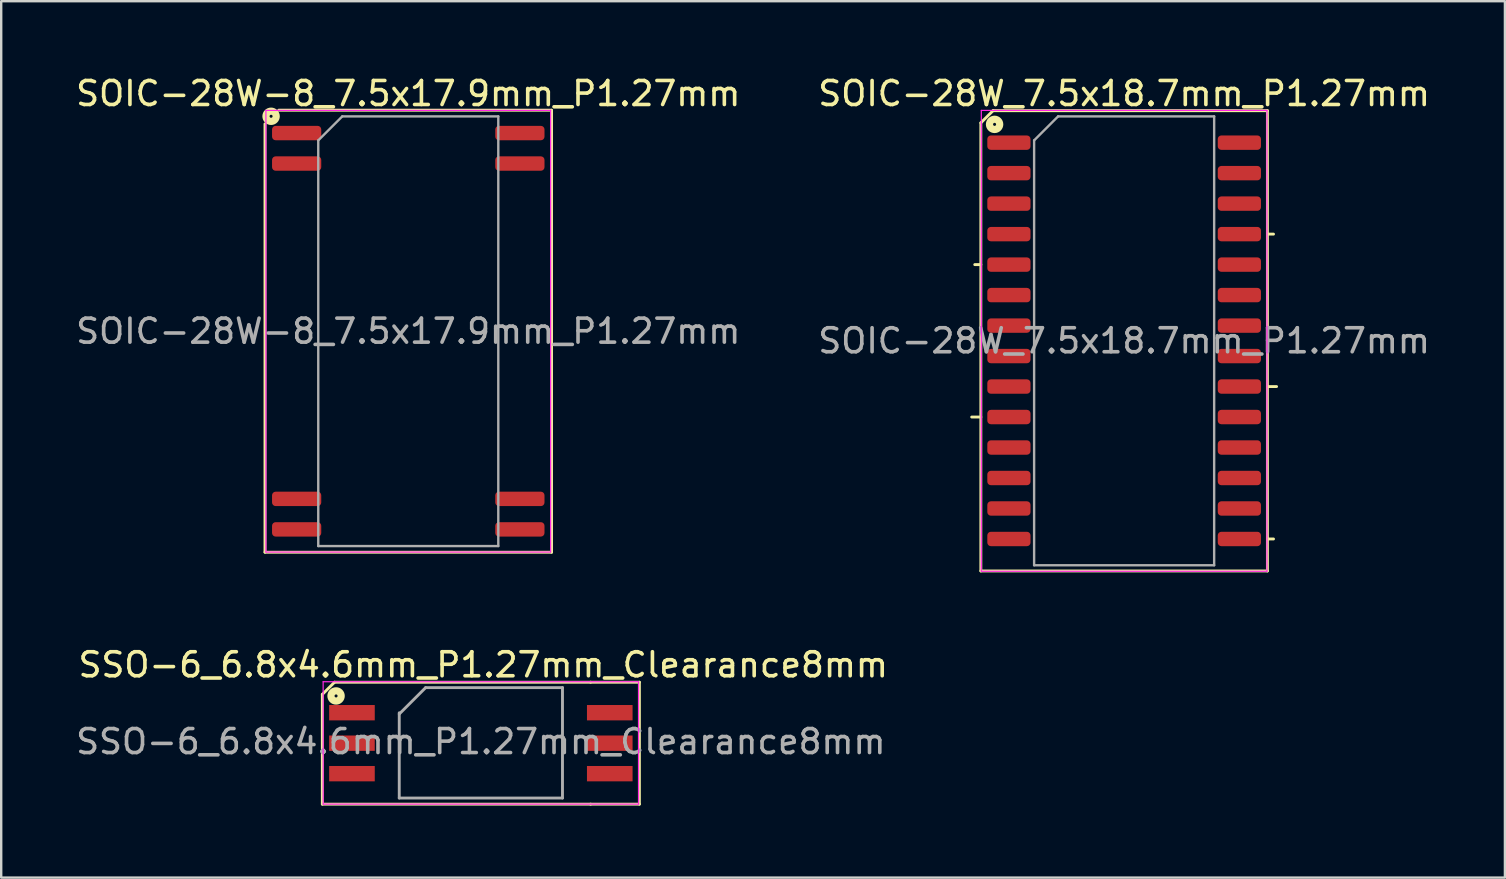
<source format=kicad_pcb>
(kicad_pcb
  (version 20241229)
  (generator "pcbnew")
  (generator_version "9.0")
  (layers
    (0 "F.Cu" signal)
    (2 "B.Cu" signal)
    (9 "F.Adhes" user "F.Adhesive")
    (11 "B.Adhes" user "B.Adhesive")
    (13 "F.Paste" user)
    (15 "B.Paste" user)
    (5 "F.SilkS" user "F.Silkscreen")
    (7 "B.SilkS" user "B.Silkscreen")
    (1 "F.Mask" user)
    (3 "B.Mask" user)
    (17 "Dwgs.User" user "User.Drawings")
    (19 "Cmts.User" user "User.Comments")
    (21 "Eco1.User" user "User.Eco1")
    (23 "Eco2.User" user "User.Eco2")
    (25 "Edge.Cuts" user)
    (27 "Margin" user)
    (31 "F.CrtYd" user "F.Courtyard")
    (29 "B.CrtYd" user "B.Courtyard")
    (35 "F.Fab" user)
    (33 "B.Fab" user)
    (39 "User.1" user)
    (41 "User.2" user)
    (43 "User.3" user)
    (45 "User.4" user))
  (footprint "SOIC-28W_7.5x18.7mm_P1.27mm"
    (layer "F.Cu")
    (at 43.78 11.148)
    (property "Reference" "SOIC-28W_7.5x18.7mm_P1.27mm" (at 0 -10.3 0) (layer "F.SilkS") (effects (font (size 1 1) (thickness 0.15))))
    (attr smd)
    (fp_line (start -5.969 -9.081) (end -5.969 9.588) (stroke (width 0.12) (type solid)) (layer "F.SilkS"))
    (fp_line (start -5.969 -9.081) (end -5.461 -9.588) (stroke (width 0.12) (type solid)) (layer "F.SilkS"))
    (fp_line (start -5.969 -3.175) (end -6.223 -3.175) (stroke (width 0.12) (type solid)) (layer "F.SilkS"))
    (fp_line (start -5.969 3.175) (end -6.35 3.175) (stroke (width 0.12) (type solid)) (layer "F.SilkS"))
    (fp_line (start -5.969 9.588) (end 5.969 9.588) (stroke (width 0.12) (type solid)) (layer "F.SilkS"))
    (fp_line (start 5.969 -9.588) (end -5.461 -9.588) (stroke (width 0.12) (type solid)) (layer "F.SilkS"))
    (fp_line (start 5.969 -4.445) (end 6.223 -4.445) (stroke (width 0.12) (type solid)) (layer "F.SilkS"))
    (fp_line (start 5.969 1.905) (end 6.35 1.905) (stroke (width 0.12) (type solid)) (layer "F.SilkS"))
    (fp_line (start 5.969 8.255) (end 6.223 8.255) (stroke (width 0.12) (type solid)) (layer "F.SilkS"))
    (fp_line (start 5.969 9.588) (end 5.969 -9.588) (stroke (width 0.12) (type solid)) (layer "F.SilkS"))
    (fp_circle (center -5.397 -9.017) (end -5.334 -9.017) (stroke (width 0.3) (type solid)) (fill no) (layer "F.SilkS"))
    (fp_line (start -5.95 -9.6) (end -5.95 9.6) (stroke (width 0.05) (type solid)) (layer "F.CrtYd"))
    (fp_line (start -5.95 9.6) (end 5.95 9.6) (stroke (width 0.05) (type solid)) (layer "F.CrtYd"))
    (fp_line (start 5.95 -9.6) (end -5.95 -9.6) (stroke (width 0.05) (type solid)) (layer "F.CrtYd"))
    (fp_line (start 5.95 9.6) (end 5.95 -9.6) (stroke (width 0.05) (type solid)) (layer "F.CrtYd"))
    (fp_line (start -3.75 -8.35) (end -2.75 -9.35) (stroke (width 0.1) (type solid)) (layer "F.Fab"))
    (fp_line (start -3.75 9.35) (end -3.75 -8.35) (stroke (width 0.1) (type solid)) (layer "F.Fab"))
    (fp_line (start -2.75 -9.35) (end 3.75 -9.35) (stroke (width 0.1) (type solid)) (layer "F.Fab"))
    (fp_line (start 3.75 -9.35) (end 3.75 9.35) (stroke (width 0.1) (type solid)) (layer "F.Fab"))
    (fp_line (start 3.75 9.35) (end -3.75 9.35) (stroke (width 0.1) (type solid)) (layer "F.Fab"))
    (fp_text user "${REFERENCE}" (at 0 0 0) (layer "F.Fab") (effects (font (size 1 1) (thickness 0.15))))
    (pad "1" smd roundrect (at -4.8 -8.255) (size 1.8 0.6) (layers "F.Cu" "F.Mask" "F.Paste") (roundrect_rratio 0.25))
    (pad "2" smd roundrect (at -4.8 -6.985) (size 1.8 0.6) (layers "F.Cu" "F.Mask" "F.Paste") (roundrect_rratio 0.25))
    (pad "3" smd roundrect (at -4.8 -5.715) (size 1.8 0.6) (layers "F.Cu" "F.Mask" "F.Paste") (roundrect_rratio 0.25))
    (pad "4" smd roundrect (at -4.8 -4.445) (size 1.8 0.6) (layers "F.Cu" "F.Mask" "F.Paste") (roundrect_rratio 0.25))
    (pad "5" smd roundrect (at -4.8 -3.175) (size 1.8 0.6) (layers "F.Cu" "F.Mask" "F.Paste") (roundrect_rratio 0.25))
    (pad "6" smd roundrect (at -4.8 -1.905) (size 1.8 0.6) (layers "F.Cu" "F.Mask" "F.Paste") (roundrect_rratio 0.25))
    (pad "7" smd roundrect (at -4.8 -0.635) (size 1.8 0.6) (layers "F.Cu" "F.Mask" "F.Paste") (roundrect_rratio 0.25))
    (pad "8" smd roundrect (at -4.8 0.635) (size 1.8 0.6) (layers "F.Cu" "F.Mask" "F.Paste") (roundrect_rratio 0.25))
    (pad "9" smd roundrect (at -4.8 1.905) (size 1.8 0.6) (layers "F.Cu" "F.Mask" "F.Paste") (roundrect_rratio 0.25))
    (pad "10" smd roundrect (at -4.8 3.175) (size 1.8 0.6) (layers "F.Cu" "F.Mask" "F.Paste") (roundrect_rratio 0.25))
    (pad "11" smd roundrect (at -4.8 4.445) (size 1.8 0.6) (layers "F.Cu" "F.Mask" "F.Paste") (roundrect_rratio 0.25))
    (pad "12" smd roundrect (at -4.8 5.715) (size 1.8 0.6) (layers "F.Cu" "F.Mask" "F.Paste") (roundrect_rratio 0.25))
    (pad "13" smd roundrect (at -4.8 6.985) (size 1.8 0.6) (layers "F.Cu" "F.Mask" "F.Paste") (roundrect_rratio 0.25))
    (pad "14" smd roundrect (at -4.8 8.255) (size 1.8 0.6) (layers "F.Cu" "F.Mask" "F.Paste") (roundrect_rratio 0.25))
    (pad "15" smd roundrect (at 4.8 8.255) (size 1.8 0.6) (layers "F.Cu" "F.Mask" "F.Paste") (roundrect_rratio 0.25))
    (pad "16" smd roundrect (at 4.8 6.985) (size 1.8 0.6) (layers "F.Cu" "F.Mask" "F.Paste") (roundrect_rratio 0.25))
    (pad "17" smd roundrect (at 4.8 5.715) (size 1.8 0.6) (layers "F.Cu" "F.Mask" "F.Paste") (roundrect_rratio 0.25))
    (pad "18" smd roundrect (at 4.8 4.445) (size 1.8 0.6) (layers "F.Cu" "F.Mask" "F.Paste") (roundrect_rratio 0.25))
    (pad "19" smd roundrect (at 4.8 3.175) (size 1.8 0.6) (layers "F.Cu" "F.Mask" "F.Paste") (roundrect_rratio 0.25))
    (pad "20" smd roundrect (at 4.8 1.905) (size 1.8 0.6) (layers "F.Cu" "F.Mask" "F.Paste") (roundrect_rratio 0.25))
    (pad "21" smd roundrect (at 4.8 0.635) (size 1.8 0.6) (layers "F.Cu" "F.Mask" "F.Paste") (roundrect_rratio 0.25))
    (pad "22" smd roundrect (at 4.8 -0.635) (size 1.8 0.6) (layers "F.Cu" "F.Mask" "F.Paste") (roundrect_rratio 0.25))
    (pad "23" smd roundrect (at 4.8 -1.905) (size 1.8 0.6) (layers "F.Cu" "F.Mask" "F.Paste") (roundrect_rratio 0.25))
    (pad "24" smd roundrect (at 4.8 -3.175) (size 1.8 0.6) (layers "F.Cu" "F.Mask" "F.Paste") (roundrect_rratio 0.25))
    (pad "25" smd roundrect (at 4.8 -4.445) (size 1.8 0.6) (layers "F.Cu" "F.Mask" "F.Paste") (roundrect_rratio 0.25))
    (pad "26" smd roundrect (at 4.8 -5.715) (size 1.8 0.6) (layers "F.Cu" "F.Mask" "F.Paste") (roundrect_rratio 0.25))
    (pad "27" smd roundrect (at 4.8 -6.985) (size 1.8 0.6) (layers "F.Cu" "F.Mask" "F.Paste") (roundrect_rratio 0.25))
    (pad "28" smd roundrect (at 4.8 -8.255) (size 1.8 0.6) (layers "F.Cu" "F.Mask" "F.Paste") (roundrect_rratio 0.25)))
  (footprint "SSO-6_6.8x4.6mm_P1.27mm_Clearance8mm"
    (layer "F.Cu")
    (at 16.982 27.91)
    (property "Reference" "SSO-6_6.8x4.6mm_P1.27mm_Clearance8mm" (at 0.1 -3.265 0) (layer "F.SilkS") (effects (font (size 1 1) (thickness 0.15))))
    (attr smd)
    (fp_line (start -6.604 -2.032) (end -6.604 2.54) (stroke (width 0.12) (type solid)) (layer "F.SilkS"))
    (fp_line (start -6.604 -2.032) (end -6.096 -2.54) (stroke (width 0.12) (type solid)) (layer "F.SilkS"))
    (fp_line (start -6.604 2.54) (end 4.572 2.54) (stroke (width 0.12) (type solid)) (layer "F.SilkS"))
    (fp_line (start 4.572 -2.54) (end -6.096 -2.54) (stroke (width 0.12) (type solid)) (layer "F.SilkS"))
    (fp_line (start 4.572 -2.54) (end 6.604 -2.54) (stroke (width 0.12) (type solid)) (layer "F.SilkS"))
    (fp_line (start 6.604 -2.54) (end 6.604 2.54) (stroke (width 0.12) (type solid)) (layer "F.SilkS"))
    (fp_line (start 6.604 2.54) (end 4.572 2.54) (stroke (width 0.12) (type solid)) (layer "F.SilkS"))
    (fp_circle (center -6.032 -1.968) (end -5.969 -1.968) (stroke (width 0.3) (type solid)) (fill no) (layer "F.SilkS"))
    (fp_line (start -6.57 -2.56) (end -6.57 2.54) (stroke (width 0.05) (type solid)) (layer "F.CrtYd"))
    (fp_line (start -6.57 -2.56) (end 6.57 -2.56) (stroke (width 0.05) (type solid)) (layer "F.CrtYd"))
    (fp_line (start 6.57 2.54) (end -6.57 2.54) (stroke (width 0.05) (type solid)) (layer "F.CrtYd"))
    (fp_line (start 6.57 2.54) (end 6.57 -2.56) (stroke (width 0.05) (type solid)) (layer "F.CrtYd"))
    (fp_line (start -3.4 2.285) (end -3.4 -1.265) (stroke (width 0.12) (type solid)) (layer "F.Fab"))
    (fp_line (start -2.3 -2.315) (end -3.4 -1.215) (stroke (width 0.12) (type solid)) (layer "F.Fab"))
    (fp_line (start 3.4 -2.315) (end -2.3 -2.315) (stroke (width 0.12) (type solid)) (layer "F.Fab"))
    (fp_line (start 3.4 -2.315) (end 3.4 2.285) (stroke (width 0.12) (type solid)) (layer "F.Fab"))
    (fp_line (start 3.4 2.285) (end -3.4 2.285) (stroke (width 0.12) (type solid)) (layer "F.Fab"))
    (fp_text user "${REFERENCE}" (at 0 -0.065 0) (layer "F.Fab") (effects (font (size 1 1) (thickness 0.15))))
    (pad "1" smd rect (at -5.37 -1.27) (size 1.9 0.64) (layers "F.Cu" "F.Mask" "F.Paste"))
    (pad "2" smd rect (at -5.37 0) (size 1.9 0.64) (layers "F.Cu" "F.Mask" "F.Paste"))
    (pad "3" smd rect (at -5.37 1.27) (size 1.9 0.64) (layers "F.Cu" "F.Mask" "F.Paste"))
    (pad "4" smd rect (at 5.37 1.27) (size 1.9 0.64) (layers "F.Cu" "F.Mask" "F.Paste"))
    (pad "5" smd rect (at 5.37 0) (size 1.9 0.64) (layers "F.Cu" "F.Mask" "F.Paste"))
    (pad "6" smd rect (at 5.37 -1.27) (size 1.9 0.64) (layers "F.Cu" "F.Mask" "F.Paste")))
  (footprint "SOIC-28W-8_7.5x17.9mm_P1.27mm"
    (layer "F.Cu")
    (at 13.958 10.748)
    (property "Reference" "SOIC-28W-8_7.5x17.9mm_P1.27mm" (at 0 -9.9 0) (layer "F.SilkS") (effects (font (size 1 1) (thickness 0.15))))
    (attr smd)
    (fp_line (start -5.969 -8.636) (end -5.969 9.207) (stroke (width 0.12) (type solid)) (layer "F.SilkS"))
    (fp_line (start -5.969 9.207) (end 5.969 9.207) (stroke (width 0.12) (type solid)) (layer "F.SilkS"))
    (fp_line (start 5.969 -9.207) (end -5.397 -9.207) (stroke (width 0.12) (type solid)) (layer "F.SilkS"))
    (fp_line (start 5.969 9.207) (end 5.969 -9.207) (stroke (width 0.12) (type solid)) (layer "F.SilkS"))
    (fp_circle (center -5.715 -8.954) (end -5.652 -8.954) (stroke (width 0.3) (type solid)) (fill no) (layer "F.SilkS"))
    (fp_line (start -5.93 -9.2) (end -5.93 9.2) (stroke (width 0.05) (type solid)) (layer "F.CrtYd"))
    (fp_line (start -5.93 9.2) (end 5.93 9.2) (stroke (width 0.05) (type solid)) (layer "F.CrtYd"))
    (fp_line (start 5.93 -9.2) (end -5.93 -9.2) (stroke (width 0.05) (type solid)) (layer "F.CrtYd"))
    (fp_line (start 5.93 9.2) (end 5.93 -9.2) (stroke (width 0.05) (type solid)) (layer "F.CrtYd"))
    (fp_line (start -3.75 -7.95) (end -2.75 -8.95) (stroke (width 0.1) (type solid)) (layer "F.Fab"))
    (fp_line (start -3.75 8.95) (end -3.75 -7.95) (stroke (width 0.1) (type solid)) (layer "F.Fab"))
    (fp_line (start -2.75 -8.95) (end 3.75 -8.95) (stroke (width 0.1) (type solid)) (layer "F.Fab"))
    (fp_line (start 3.75 -8.95) (end 3.75 8.95) (stroke (width 0.1) (type solid)) (layer "F.Fab"))
    (fp_line (start 3.75 8.95) (end -3.75 8.95) (stroke (width 0.1) (type solid)) (layer "F.Fab"))
    (fp_text user "${REFERENCE}" (at 0 0 0) (layer "F.Fab") (effects (font (size 1 1) (thickness 0.15))))
    (pad "1" smd roundrect (at -4.65 -8.255) (size 2.05 0.6) (layers "F.Cu" "F.Mask" "F.Paste") (roundrect_rratio 0.25))
    (pad "2" smd roundrect (at -4.65 -6.985) (size 2.05 0.6) (layers "F.Cu" "F.Mask" "F.Paste") (roundrect_rratio 0.25))
    (pad "13" smd roundrect (at -4.65 6.985) (size 2.05 0.6) (layers "F.Cu" "F.Mask" "F.Paste") (roundrect_rratio 0.25))
    (pad "14" smd roundrect (at -4.65 8.255) (size 2.05 0.6) (layers "F.Cu" "F.Mask" "F.Paste") (roundrect_rratio 0.25))
    (pad "15" smd roundrect (at 4.65 8.255) (size 2.05 0.6) (layers "F.Cu" "F.Mask" "F.Paste") (roundrect_rratio 0.25))
    (pad "16" smd roundrect (at 4.65 6.985) (size 2.05 0.6) (layers "F.Cu" "F.Mask" "F.Paste") (roundrect_rratio 0.25))
    (pad "27" smd roundrect (at 4.65 -6.985) (size 2.05 0.6) (layers "F.Cu" "F.Mask" "F.Paste") (roundrect_rratio 0.25))
    (pad "28" smd roundrect (at 4.65 -8.255) (size 2.05 0.6) (layers "F.Cu" "F.Mask" "F.Paste") (roundrect_rratio 0.25)))
  (gr_rect
    (start -3 -3)
    (end 59.643 33.51)
    (stroke (width 0.1) (type default))
    (fill no)
    (layer "Edge.Cuts")))
</source>
